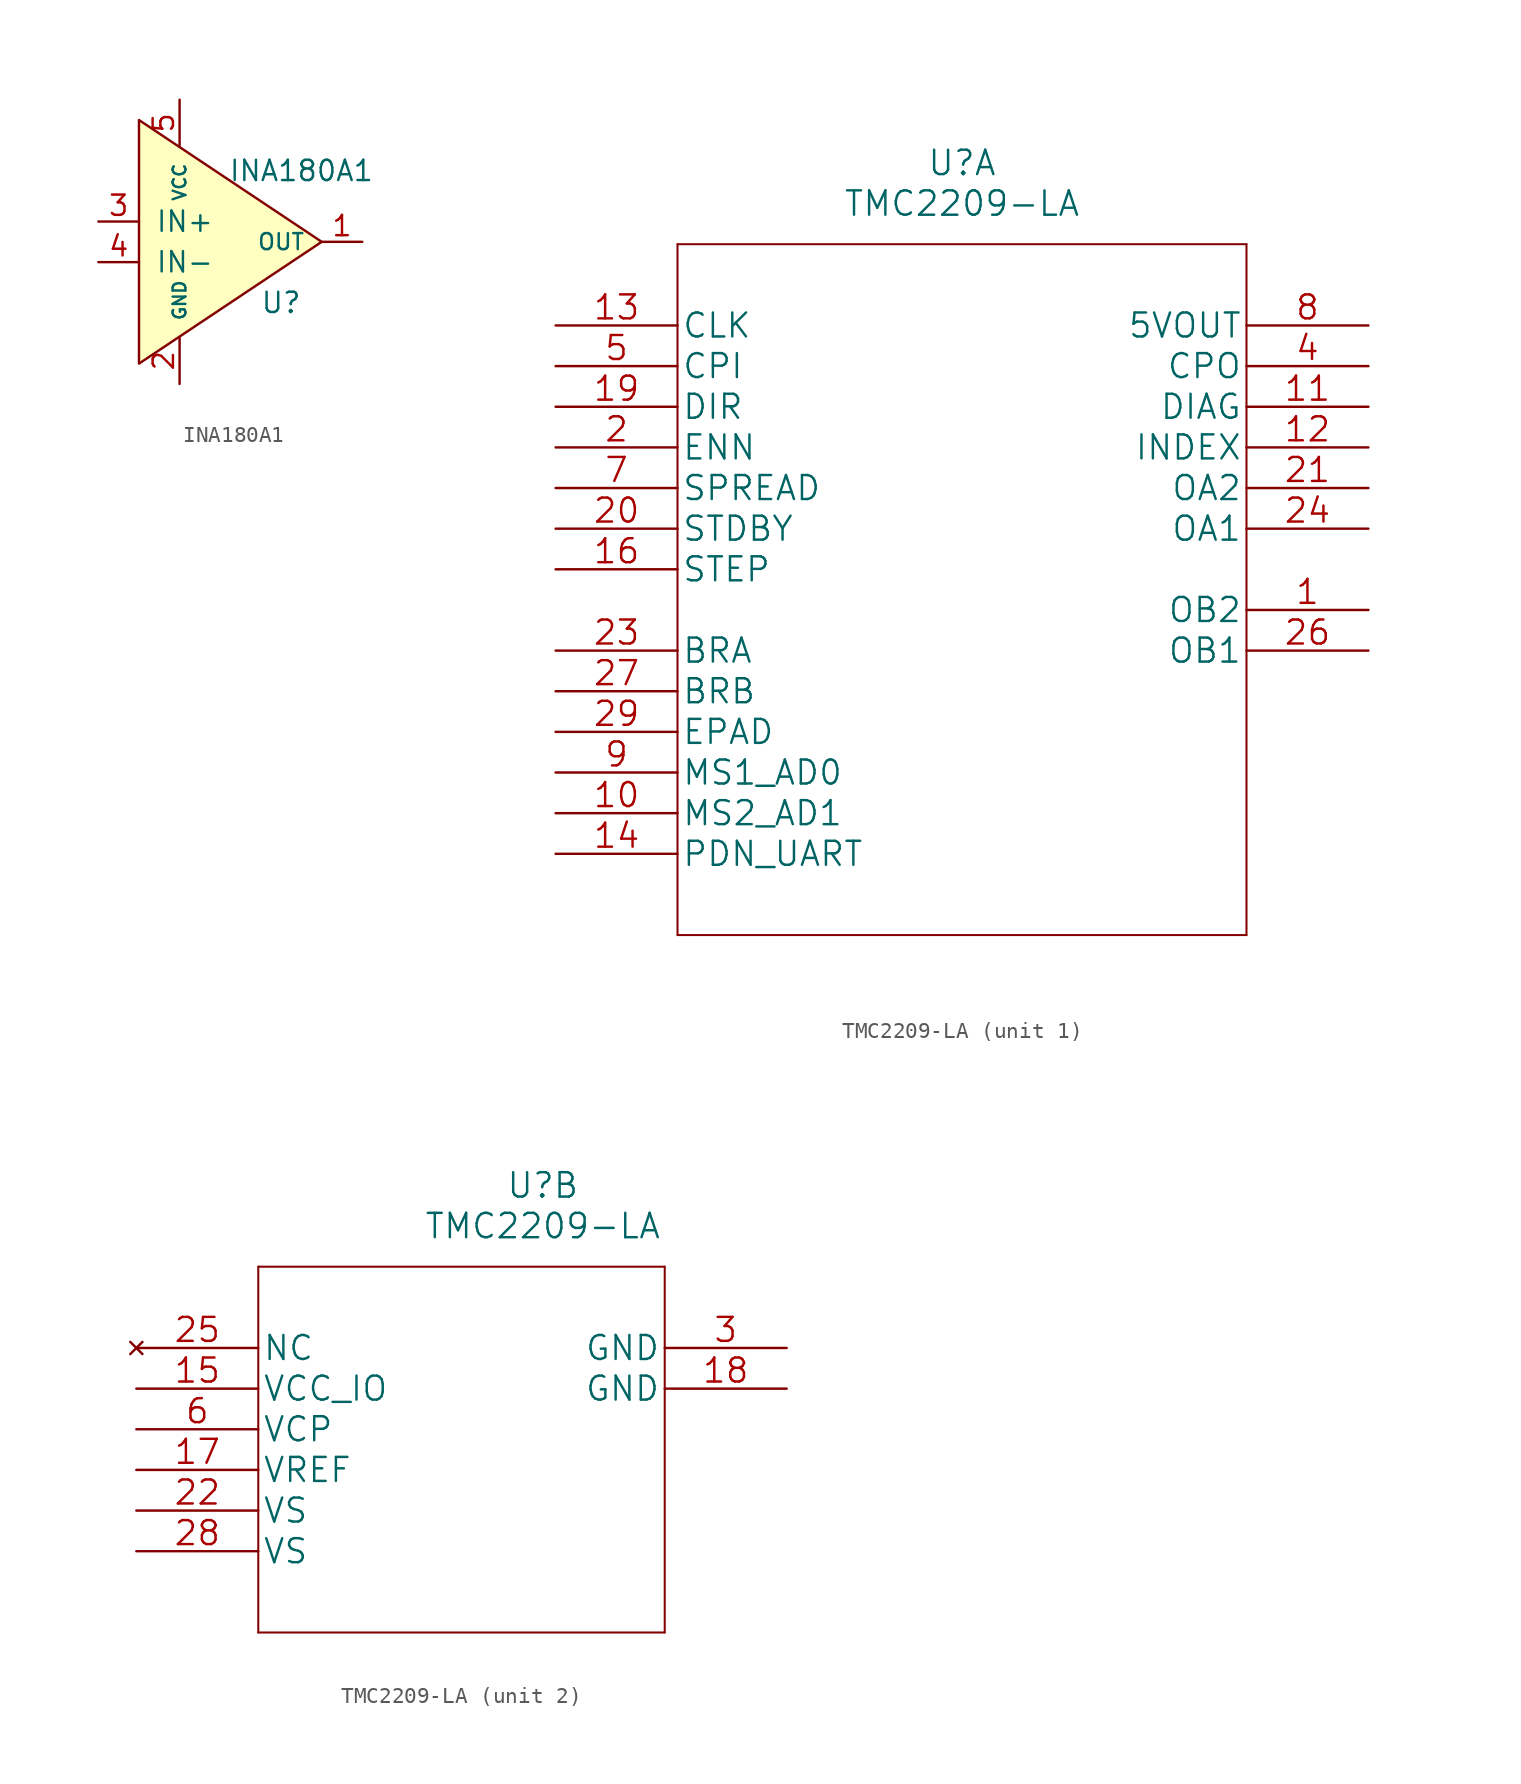
<source format=kicad_sym>
(kicad_symbol_lib
  (version 20211014)
  (generator kicad_symbol_editor)
  (symbol "INA180A1"
    (pin_names
      (offset 1.016))
    (property "Reference" "U"
      (at 8.89 -3.81 0)
      (effects (font (size 1.27 1.27))))
    (property "Value" "INA180A1"
      (at 10.16 4.445 0)
      (effects (font (size 1.27 1.27))))
    (symbol "INA180A1_0_0"
      (pin output line (at 13.97 0 180) (length 2.54) (name "OUT" (effects (font (size 1 1)))) (number "1" (effects (font (size 1.27 1.27)))))
      (pin power_in line (at 2.54 -8.89 90) (length 2.9) (name "GND" (effects (font (size 0.8 0.8)))) (number "2" (effects (font (size 1.27 1.27)))))
      (pin passive line (at -2.54 1.27 0) (length 2.54) (name "IN+" (effects (font (size 1.27 1.27)))) (number "3" (effects (font (size 1.27 1.27)))))
      (pin passive line (at -2.54 -1.27 0) (length 2.54) (name "IN-" (effects (font (size 1.27 1.27)))) (number "4" (effects (font (size 1.27 1.27)))))
      (pin power_in line (at 2.54 8.89 270) (length 2.9) (name "VCC" (effects (font (size 0.8 0.8)))) (number "5" (effects (font (size 1.27 1.27))))))
    (symbol "INA180A1_0_1"
      (polyline (pts (xy 11.43 0) (xy 0 7.62) (xy 0 -7.62) (xy 11.43 0)) (stroke (width 0) (type default) (color 0 0 0 0)) (fill (type background)))))
  (symbol "TMC2209-LA"
    (pin_names
      (offset 0.254))
    (property "Reference" "U"
      (at 25.4 10.16 0)
      (effects (font (size 1.524 1.524))))
    (property "Value" "TMC2209-LA"
      (at 25.4 7.62 0)
      (effects (font (size 1.524 1.524))))
    (property "Datasheet" ""
      (at 0 0 0)
      (effects (font (size 1.524 1.524))))
    (symbol "TMC2209-LA_1_1"
      (polyline (pts (xy 7.62 -38.1) (xy 43.18 -38.1)) (stroke (width 0.127) (type default) (color 0 0 0 0)) (fill (type background)))
      (polyline (pts (xy 7.62 5.08) (xy 7.62 -38.1)) (stroke (width 0.127) (type default) (color 0 0 0 0)) (fill (type background)))
      (polyline (pts (xy 43.18 -38.1) (xy 43.18 5.08)) (stroke (width 0.127) (type default) (color 0 0 0 0)) (fill (type background)))
      (polyline (pts (xy 43.18 5.08) (xy 7.62 5.08)) (stroke (width 0.127) (type default) (color 0 0 0 0)) (fill (type none)))
      (pin output line (at 50.8 -17.78 180) (length 7.62) (name "OB2" (effects (font (size 1.499 1.499)))) (number "1" (effects (font (size 1.499 1.499)))))
      (pin input line (at 0 -30.48 0) (length 7.62) (name "MS2_AD1" (effects (font (size 1.499 1.499)))) (number "10" (effects (font (size 1.499 1.499)))))
      (pin output line (at 50.8 -5.08 180) (length 7.62) (name "DIAG" (effects (font (size 1.499 1.499)))) (number "11" (effects (font (size 1.499 1.499)))))
      (pin output line (at 50.8 -7.62 180) (length 7.62) (name "INDEX" (effects (font (size 1.499 1.499)))) (number "12" (effects (font (size 1.499 1.499)))))
      (pin input line (at 0 0 0) (length 7.62) (name "CLK" (effects (font (size 1.499 1.499)))) (number "13" (effects (font (size 1.499 1.499)))))
      (pin bidirectional line (at 0 -33.02 0) (length 7.62) (name "PDN_UART" (effects (font (size 1.499 1.499)))) (number "14" (effects (font (size 1.499 1.499)))))
      (pin input line (at 0 -15.24 0) (length 7.62) (name "STEP" (effects (font (size 1.499 1.499)))) (number "16" (effects (font (size 1.499 1.499)))))
      (pin passive line (at 0 -5.08 0) (length 7.62) (name "DIR" (effects (font (size 1.499 1.499)))) (number "19" (effects (font (size 1.499 1.499)))))
      (pin input line (at 0 -7.62 0) (length 7.62) (name "ENN" (effects (font (size 1.499 1.499)))) (number "2" (effects (font (size 1.499 1.499)))))
      (pin input line (at 0 -12.7 0) (length 7.62) (name "STDBY" (effects (font (size 1.499 1.499)))) (number "20" (effects (font (size 1.499 1.499)))))
      (pin output line (at 50.8 -10.16 180) (length 7.62) (name "OA2" (effects (font (size 1.499 1.499)))) (number "21" (effects (font (size 1.499 1.499)))))
      (pin passive line (at 0 -20.32 0) (length 7.62) (name "BRA" (effects (font (size 1.499 1.499)))) (number "23" (effects (font (size 1.499 1.499)))))
      (pin output line (at 50.8 -12.7 180) (length 7.62) (name "OA1" (effects (font (size 1.499 1.499)))) (number "24" (effects (font (size 1.499 1.499)))))
      (pin output line (at 50.8 -20.32 180) (length 7.62) (name "OB1" (effects (font (size 1.499 1.499)))) (number "26" (effects (font (size 1.499 1.499)))))
      (pin passive line (at 0 -22.86 0) (length 7.62) (name "BRB" (effects (font (size 1.499 1.499)))) (number "27" (effects (font (size 1.499 1.499)))))
      (pin passive line (at 0 -25.4 0) (length 7.62) (name "EPAD" (effects (font (size 1.499 1.499)))) (number "29" (effects (font (size 1.499 1.499)))))
      (pin output line (at 50.8 -2.54 180) (length 7.62) (name "CPO" (effects (font (size 1.499 1.499)))) (number "4" (effects (font (size 1.499 1.499)))))
      (pin input line (at 0 -2.54 0) (length 7.62) (name "CPI" (effects (font (size 1.499 1.499)))) (number "5" (effects (font (size 1.499 1.499)))))
      (pin input line (at 0 -10.16 0) (length 7.62) (name "SPREAD" (effects (font (size 1.499 1.499)))) (number "7" (effects (font (size 1.499 1.499)))))
      (pin output line (at 50.8 0 180) (length 7.62) (name "5VOUT" (effects (font (size 1.499 1.499)))) (number "8" (effects (font (size 1.499 1.499)))))
      (pin input line (at 0 -27.94 0) (length 7.62) (name "MS1_AD0" (effects (font (size 1.499 1.499)))) (number "9" (effects (font (size 1.499 1.499))))))
    (symbol "TMC2209-LA_2_1"
      (polyline (pts (xy 7.62 -17.78) (xy 33.02 -17.78)) (stroke (width 0.127) (type default) (color 0 0 0 0)) (fill (type none)))
      (polyline (pts (xy 7.62 5.08) (xy 7.62 -17.78)) (stroke (width 0.127) (type default) (color 0 0 0 0)) (fill (type none)))
      (polyline (pts (xy 33.02 -17.78) (xy 33.02 5.08)) (stroke (width 0.127) (type default) (color 0 0 0 0)) (fill (type none)))
      (polyline (pts (xy 33.02 5.08) (xy 7.62 5.08)) (stroke (width 0.127) (type default) (color 0 0 0 0)) (fill (type none)))
      (pin power_in line (at 0 -2.54 0) (length 7.62) (name "VCC_IO" (effects (font (size 1.499 1.499)))) (number "15" (effects (font (size 1.499 1.499)))))
      (pin input line (at 0 -7.62 0) (length 7.62) (name "VREF" (effects (font (size 1.499 1.499)))) (number "17" (effects (font (size 1.499 1.499)))))
      (pin power_in line (at 40.64 -2.54 180) (length 7.62) (name "GND" (effects (font (size 1.499 1.499)))) (number "18" (effects (font (size 1.499 1.499)))))
      (pin power_in line (at 0 -10.16 0) (length 7.62) (name "VS" (effects (font (size 1.499 1.499)))) (number "22" (effects (font (size 1.499 1.499)))))
      (pin no_connect line (at 0 0 0) (length 7.62) (name "NC" (effects (font (size 1.499 1.499)))) (number "25" (effects (font (size 1.499 1.499)))))
      (pin power_in line (at 0 -12.7 0) (length 7.62) (name "VS" (effects (font (size 1.499 1.499)))) (number "28" (effects (font (size 1.499 1.499)))))
      (pin power_in line (at 40.64 0 180) (length 7.62) (name "GND" (effects (font (size 1.499 1.499)))) (number "3" (effects (font (size 1.499 1.499)))))
      (pin passive line (at 0 -5.08 0) (length 7.62) (name "VCP" (effects (font (size 1.499 1.499)))) (number "6" (effects (font (size 1.499 1.499))))))))
</source>
